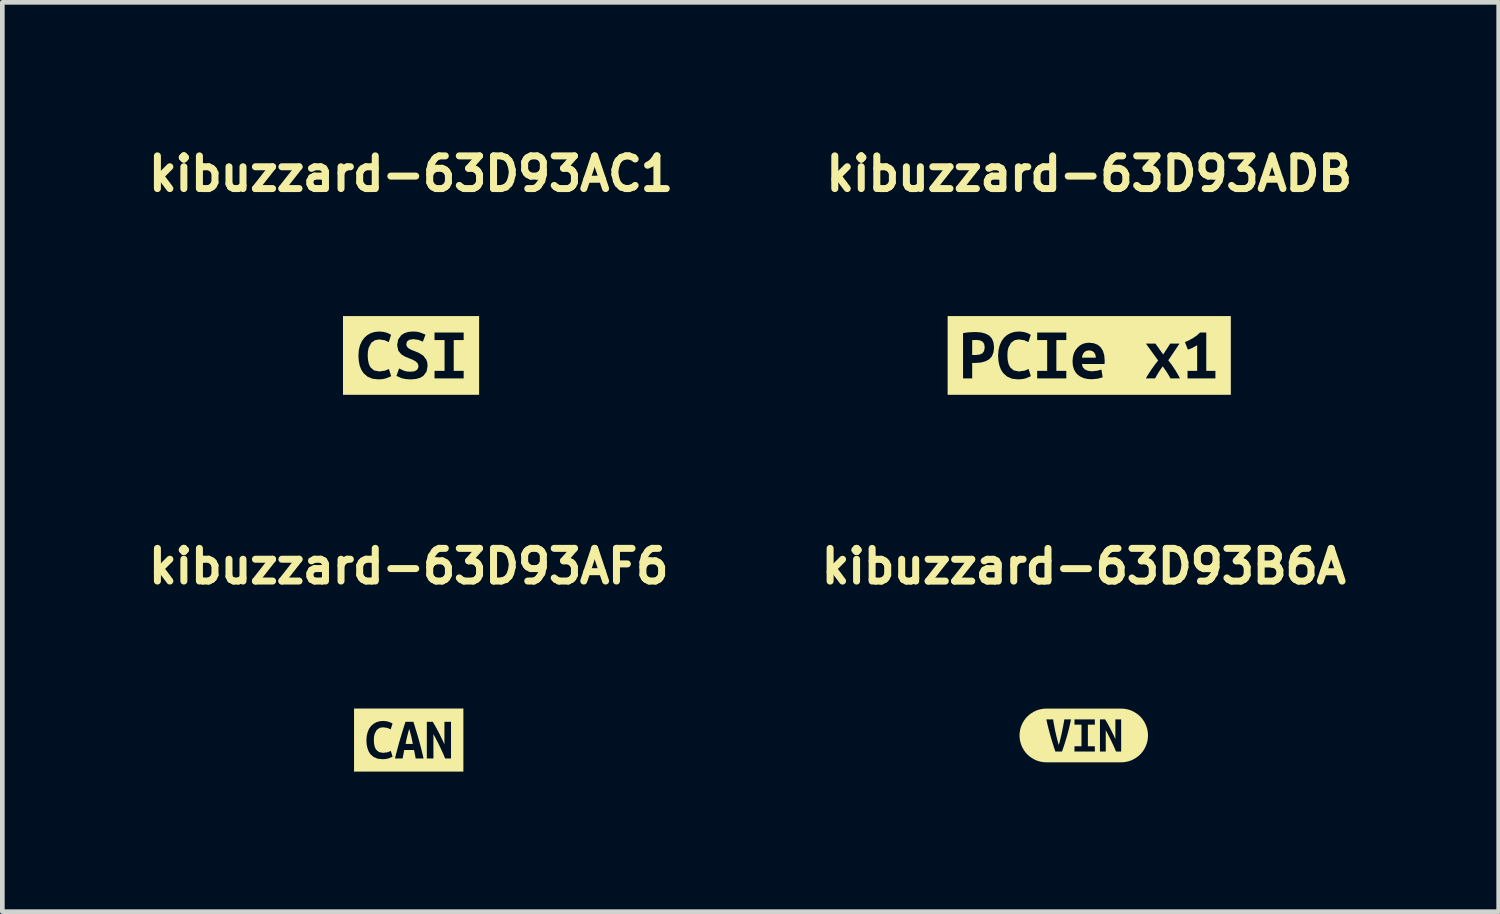
<source format=kicad_pcb>
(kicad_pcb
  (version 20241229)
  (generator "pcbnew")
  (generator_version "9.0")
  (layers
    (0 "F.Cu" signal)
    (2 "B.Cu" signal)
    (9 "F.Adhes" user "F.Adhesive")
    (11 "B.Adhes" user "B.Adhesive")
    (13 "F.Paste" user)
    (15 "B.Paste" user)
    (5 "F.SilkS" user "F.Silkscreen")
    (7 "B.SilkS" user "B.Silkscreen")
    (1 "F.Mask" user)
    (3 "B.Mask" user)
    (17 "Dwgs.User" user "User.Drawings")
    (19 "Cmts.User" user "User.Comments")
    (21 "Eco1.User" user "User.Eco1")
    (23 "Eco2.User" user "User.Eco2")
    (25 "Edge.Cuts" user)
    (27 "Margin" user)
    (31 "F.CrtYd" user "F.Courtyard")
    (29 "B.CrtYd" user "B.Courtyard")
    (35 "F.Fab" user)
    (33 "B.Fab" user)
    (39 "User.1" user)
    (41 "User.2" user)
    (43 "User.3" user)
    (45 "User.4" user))
  (footprint "kibuzzard-63D93ADB"
    (layer "F.Cu")
    (at 20.282 4.564)
    (property "Reference" "kibuzzard-63D93ADB" (at 0 -3.891 180) (layer "F.SilkS") (effects (font (size 0.7 0.7) (thickness 0.15))))
    (attr board_only exclude_from_pos_files exclude_from_bom)
    (fp_poly (pts (xy 0.142 0.048) (xy 0.134 -0.01) (xy 0.109 -0.06) (xy 0.064 -0.096) (xy -0.002 -0.11) (xy -0.068 -0.097) (xy -0.114 -0.062) (xy -0.143 -0.011) (xy -0.156 0.048) (xy 0.142 0.048)) (stroke (width 0) (type solid)) (fill yes) (layer "F.SilkS"))
    (fp_poly (pts (xy -2.411 -0.332) (xy -2.459 -0.331) (xy -2.507 -0.327) (xy -2.507 -0.01) (xy -2.428 -0.01) (xy -2.346 -0.019) (xy -2.287 -0.047) (xy -2.251 -0.097) (xy -2.239 -0.175) (xy -2.251 -0.248) (xy -2.286 -0.296) (xy -2.341 -0.323) (xy -2.411 -0.332)) (stroke (width 0) (type solid)) (fill yes) (layer "F.SilkS"))
    (fp_poly (pts (xy -2.703 -0.843) (xy -3.033 -0.843) (xy -3.033 0.843) (xy -2.703 0.843) (xy -2.507 0.843) (xy -2.507 0.492) (xy -2.703 0.492) (xy -2.703 -0.478) (xy -2.638 -0.489) (xy -2.566 -0.496) (xy -2.495 -0.5) (xy -2.433 -0.502) (xy -2.317 -0.493) (xy -2.22 -0.467) (xy -2.142 -0.425) (xy -2.085 -0.362) (xy -2.051 -0.279) (xy -2.039 -0.173) (xy -2.051 -0.066) (xy -2.085 0.019) (xy -2.143 0.082) (xy -2.222 0.125) (xy -2.32 0.152) (xy -2.438 0.16) (xy -2.507 0.16) (xy -2.507 0.492) (xy -2.507 0.843) (xy -1.525 0.843) (xy -1.525 0.513) (xy -1.652 0.498) (xy -1.758 0.453) (xy -1.842 0.379) (xy -1.89 0.306) (xy -1.924 0.218) (xy -1.945 0.116) (xy -1.952 0) (xy -1.943 -0.115) (xy -1.918 -0.217) (xy -1.879 -0.305) (xy -1.826 -0.379) (xy -1.761 -0.437) (xy -1.684 -0.479) (xy -1.599 -0.504) (xy -1.506 -0.513) (xy -1.411 -0.504) (xy -1.337 -0.484) (xy -1.284 -0.46) (xy -1.252 -0.441) (xy -1.303 -0.286) (xy -1.391 -0.326) (xy -1.509 -0.343) (xy -1.599 -0.326) (xy -1.676 -0.271) (xy -1.732 -0.167) (xy -1.748 -0.094) (xy -1.753 -0.005) (xy -1.747 0.099) (xy -1.728 0.185) (xy -1.695 0.253) (xy -1.619 0.32) (xy -1.506 0.343) (xy -1.38 0.325) (xy -1.299 0.291) (xy -1.25 0.445) (xy -1.362 0.491) (xy -1.438 0.507) (xy -1.525 0.513) (xy -1.525 0.843) (xy -1.115 0.843) (xy -1.115 0.492) (xy -1.115 0.33) (xy -0.901 0.33) (xy -0.901 -0.329) (xy -1.115 -0.329) (xy -1.115 -0.491) (xy -0.491 -0.491) (xy -0.491 -0.329) (xy -0.704 -0.329) (xy -0.704 0.33) (xy -0.491 0.33) (xy -0.491 0.492) (xy -1.115 0.492) (xy -1.115 0.843) (xy 0.052 0.843) (xy 0.052 0.51) (xy -0.039 0.503) (xy -0.119 0.485) (xy -0.189 0.454) (xy -0.248 0.412) (xy -0.295 0.358) (xy -0.329 0.292) (xy -0.351 0.215) (xy -0.358 0.125) (xy -0.35 0.033) (xy -0.328 -0.048) (xy -0.293 -0.116) (xy -0.248 -0.172) (xy -0.196 -0.216) (xy -0.136 -0.248) (xy -0.071 -0.267) (xy -0.006 -0.273) (xy 0.096 -0.262) (xy 0.179 -0.23) (xy 0.245 -0.175) (xy 0.293 -0.1) (xy 0.321 -0.005) (xy 0.331 0.11) (xy 0.33 0.149) (xy 0.328 0.183) (xy -0.156 0.183) (xy -0.141 0.248) (xy -0.096 0.298) (xy -0.027 0.329) (xy 0.06 0.34) (xy 0.171 0.327) (xy 0.261 0.302) (xy 0.288 0.468) (xy 0.18 0.498) (xy 0.052 0.51) (xy 0.052 0.843) (xy 1.944 0.843) (xy 1.944 0.492) (xy 1.741 0.492) (xy 1.698 0.416) (xy 1.655 0.348) (xy 1.613 0.287) (xy 1.574 0.233) (xy 1.529 0.296) (xy 1.488 0.357) (xy 1.45 0.421) (xy 1.41 0.492) (xy 1.212 0.492) (xy 1.267 0.399) (xy 1.332 0.301) (xy 1.403 0.202) (xy 1.476 0.108) (xy 1.214 -0.254) (xy 1.418 -0.254) (xy 1.584 -0.021) (xy 1.736 -0.254) (xy 1.934 -0.254) (xy 1.693 0.105) (xy 1.768 0.202) (xy 1.838 0.306) (xy 1.898 0.406) (xy 1.944 0.492) (xy 1.944 0.843) (xy 2.703 0.843) (xy 2.703 0.492) (xy 2.106 0.492) (xy 2.106 0.33) (xy 2.312 0.33) (xy 2.312 -0.219) (xy 2.211 -0.163) (xy 2.114 -0.124) (xy 2.05 -0.286) (xy 2.133 -0.322) (xy 2.222 -0.371) (xy 2.306 -0.429) (xy 2.374 -0.491) (xy 2.507 -0.491) (xy 2.507 0.33) (xy 2.703 0.33) (xy 2.703 0.492) (xy 2.703 0.843) (xy 3.033 0.843) (xy 3.033 -0.843) (xy 2.703 -0.843) (xy -2.703 -0.843)) (stroke (width 0) (type solid)) (fill yes) (layer "F.SilkS")))
  (footprint "kibuzzard-63D93B6A"
    (layer "F.Cu")
    (at 20.165 12.704)
    (property "Reference" "kibuzzard-63D93B6A" (at 0 -3.623 180) (layer "F.SilkS") (effects (font (size 0.7 0.7) (thickness 0.15))))
    (attr board_only exclude_from_pos_files exclude_from_bom)
    (fp_poly (pts (xy -0.801 -0.575) (xy -0.801 -0.575) (xy -0.857 -0.573) (xy -0.913 -0.564) (xy -0.968 -0.551) (xy -1.021 -0.532) (xy -1.072 -0.507) (xy -1.12 -0.478) (xy -1.166 -0.445) (xy -1.208 -0.407) (xy -1.246 -0.365) (xy -1.279 -0.32) (xy -1.308 -0.271) (xy -1.332 -0.22) (xy -1.351 -0.167) (xy -1.365 -0.112) (xy -1.373 -0.056) (xy -1.376 0) (xy -1.373 0.056) (xy -1.365 0.112) (xy -1.351 0.167) (xy -1.332 0.22) (xy -1.308 0.271) (xy -1.279 0.32) (xy -1.246 0.365) (xy -1.208 0.407) (xy -1.166 0.445) (xy -1.12 0.478) (xy -1.072 0.507) (xy -1.021 0.532) (xy -0.968 0.551) (xy -0.913 0.564) (xy -0.857 0.573) (xy -0.801 0.575) (xy -0.801 0.575) (xy -0.608 0.575) (xy -0.608 0.344) (xy -0.636 0.262) (xy -0.665 0.171) (xy -0.685 0.106) (xy -0.704 0.042) (xy -0.722 -0.022) (xy -0.739 -0.085) (xy -0.755 -0.146) (xy -0.77 -0.204) (xy -0.788 -0.282) (xy -0.801 -0.344) (xy -0.656 -0.344) (xy -0.648 -0.286) (xy -0.636 -0.22) (xy -0.622 -0.148) (xy -0.607 -0.074) (xy -0.59 0) (xy -0.572 0.073) (xy -0.554 0.142) (xy -0.536 0.204) (xy -0.518 0.143) (xy -0.501 0.074) (xy -0.483 0.001) (xy -0.467 -0.073) (xy -0.452 -0.147) (xy -0.438 -0.219) (xy -0.426 -0.286) (xy -0.416 -0.344) (xy -0.273 -0.344) (xy -0.288 -0.273) (xy -0.306 -0.195) (xy -0.326 -0.111) (xy -0.35 -0.022) (xy -0.367 0.039) (xy -0.386 0.1) (xy -0.405 0.162) (xy -0.425 0.224) (xy -0.446 0.285) (xy -0.467 0.344) (xy -0.608 0.344) (xy -0.608 0.575) (xy -0.199 0.575) (xy -0.199 0.344) (xy -0.199 0.231) (xy -0.049 0.231) (xy -0.049 -0.231) (xy -0.199 -0.231) (xy -0.199 -0.344) (xy 0.237 -0.344) (xy 0.237 -0.231) (xy 0.088 -0.231) (xy 0.088 0.231) (xy 0.237 0.231) (xy 0.237 0.344) (xy -0.199 0.344) (xy -0.199 0.575) (xy 0.691 0.575) (xy 0.691 0.344) (xy 0.659 0.268) (xy 0.625 0.192) (xy 0.589 0.116) (xy 0.551 0.04) (xy 0.512 -0.037) (xy 0.471 -0.113) (xy 0.471 0.344) (xy 0.347 0.344) (xy 0.347 -0.344) (xy 0.457 -0.344) (xy 0.488 -0.293) (xy 0.52 -0.238) (xy 0.55 -0.181) (xy 0.58 -0.124) (xy 0.608 -0.068) (xy 0.635 -0.014) (xy 0.658 0.036) (xy 0.677 0.079) (xy 0.677 -0.344) (xy 0.801 -0.344) (xy 0.801 0.344) (xy 0.691 0.344) (xy 0.691 0.575) (xy 0.801 0.575) (xy 0.801 0.575) (xy 0.857 0.573) (xy 0.913 0.564) (xy 0.968 0.551) (xy 1.021 0.532) (xy 1.072 0.507) (xy 1.12 0.478) (xy 1.166 0.445) (xy 1.208 0.407) (xy 1.246 0.365) (xy 1.279 0.32) (xy 1.308 0.271) (xy 1.332 0.22) (xy 1.351 0.167) (xy 1.365 0.112) (xy 1.373 0.056) (xy 1.376 0) (xy 1.373 -0.056) (xy 1.365 -0.112) (xy 1.351 -0.167) (xy 1.332 -0.22) (xy 1.308 -0.271) (xy 1.279 -0.32) (xy 1.246 -0.365) (xy 1.208 -0.407) (xy 1.166 -0.445) (xy 1.12 -0.478) (xy 1.072 -0.507) (xy 1.021 -0.532) (xy 0.968 -0.551) (xy 0.913 -0.564) (xy 0.857 -0.573) (xy 0.801 -0.575) (xy 0.801 -0.575) (xy -0.801 -0.575)) (stroke (width 0) (type solid)) (fill yes) (layer "F.SilkS")))
  (footprint "kibuzzard-63D93AC1"
    (layer "F.Cu")
    (at 5.755 4.564)
    (property "Reference" "kibuzzard-63D93AC1" (at 0 -3.891 180) (layer "F.SilkS") (effects (font (size 0.7 0.7) (thickness 0.15))))
    (attr board_only exclude_from_pos_files exclude_from_bom)
    (fp_poly (pts (xy -1.127 -0.843) (xy -1.458 -0.843) (xy -1.458 0.843) (xy -1.127 0.843) (xy -0.7 0.843) (xy -0.7 0.513) (xy -0.828 0.498) (xy -0.934 0.453) (xy -1.018 0.379) (xy -1.066 0.306) (xy -1.1 0.218) (xy -1.12 0.116) (xy -1.127 0) (xy -1.119 -0.115) (xy -1.094 -0.217) (xy -1.054 -0.305) (xy -1.001 -0.379) (xy -0.936 -0.437) (xy -0.86 -0.479) (xy -0.774 -0.504) (xy -0.681 -0.513) (xy -0.587 -0.504) (xy -0.513 -0.484) (xy -0.46 -0.46) (xy -0.427 -0.441) (xy -0.478 -0.286) (xy -0.566 -0.326) (xy -0.684 -0.343) (xy -0.774 -0.326) (xy -0.852 -0.271) (xy -0.907 -0.167) (xy -0.923 -0.094) (xy -0.929 -0.005) (xy -0.922 0.099) (xy -0.903 0.185) (xy -0.871 0.253) (xy -0.794 0.32) (xy -0.681 0.343) (xy -0.555 0.325) (xy -0.475 0.291) (xy -0.425 0.445) (xy -0.537 0.491) (xy -0.613 0.507) (xy -0.7 0.513) (xy -0.7 0.843) (xy -0.008 0.843) (xy -0.008 0.513) (xy -0.118 0.506) (xy -0.203 0.487) (xy -0.313 0.438) (xy -0.256 0.279) (xy -0.153 0.327) (xy -0.087 0.344) (xy -0.008 0.349) (xy 0.074 0.339) (xy 0.125 0.31) (xy 0.152 0.269) (xy 0.159 0.222) (xy 0.141 0.168) (xy 0.097 0.126) (xy 0.037 0.093) (xy -0.03 0.065) (xy -0.122 0.029) (xy -0.209 -0.024) (xy -0.273 -0.102) (xy -0.298 -0.219) (xy -0.276 -0.342) (xy -0.209 -0.435) (xy -0.141 -0.478) (xy -0.059 -0.504) (xy 0.038 -0.513) (xy 0.123 -0.508) (xy 0.196 -0.492) (xy 0.31 -0.446) (xy 0.252 -0.295) (xy 0.164 -0.333) (xy 0.052 -0.349) (xy -0.034 -0.337) (xy -0.086 -0.299) (xy -0.103 -0.237) (xy -0.087 -0.187) (xy -0.047 -0.148) (xy 0.009 -0.119) (xy 0.07 -0.095) (xy 0.166 -0.056) (xy 0.258 0.001) (xy 0.327 0.09) (xy 0.347 0.15) (xy 0.354 0.224) (xy 0.332 0.346) (xy 0.264 0.437) (xy 0.194 0.479) (xy 0.103 0.504) (xy -0.008 0.513) (xy -0.008 0.843) (xy 0.503 0.843) (xy 0.503 0.492) (xy 0.503 0.33) (xy 0.718 0.33) (xy 0.718 -0.329) (xy 0.503 -0.329) (xy 0.503 -0.491) (xy 1.127 -0.491) (xy 1.127 -0.329) (xy 0.914 -0.329) (xy 0.914 0.33) (xy 1.127 0.33) (xy 1.127 0.492) (xy 0.503 0.492) (xy 0.503 0.843) (xy 1.127 0.843) (xy 1.458 0.843) (xy 1.458 -0.843) (xy 1.127 -0.843) (xy -1.127 -0.843)) (stroke (width 0) (type solid)) (fill yes) (layer "F.SilkS")))
  (footprint "kibuzzard-63D93AF6"
    (layer "F.Cu")
    (at 5.705 12.803)
    (property "Reference" "kibuzzard-63D93AF6" (at 0 -3.723 180) (layer "F.SilkS") (effects (font (size 0.7 0.7) (thickness 0.15))))
    (attr board_only exclude_from_pos_files exclude_from_bom)
    (fp_poly (pts (xy 0.011 -0.24) (xy -0.013 -0.156) (xy -0.033 -0.077) (xy -0.051 0.001) (xy -0.067 0.083) (xy 0.087 0.083) (xy 0.072 0.001) (xy 0.055 -0.077) (xy 0.034 -0.156) (xy 0.011 -0.24)) (stroke (width 0) (type solid)) (fill yes) (layer "F.SilkS"))
    (fp_poly (pts (xy -0.906 -0.675) (xy -1.171 -0.675) (xy -1.171 0.675) (xy -0.906 0.675) (xy -0.565 0.675) (xy -0.565 0.41) (xy -0.667 0.398) (xy -0.751 0.363) (xy -0.819 0.304) (xy -0.857 0.245) (xy -0.884 0.174) (xy -0.901 0.093) (xy -0.906 0) (xy -0.899 -0.092) (xy -0.879 -0.174) (xy -0.848 -0.244) (xy -0.805 -0.303) (xy -0.753 -0.349) (xy -0.692 -0.383) (xy -0.624 -0.403) (xy -0.549 -0.41) (xy -0.474 -0.403) (xy -0.415 -0.387) (xy -0.372 -0.368) (xy -0.346 -0.353) (xy -0.387 -0.229) (xy -0.457 -0.261) (xy -0.552 -0.274) (xy -0.624 -0.261) (xy -0.686 -0.217) (xy -0.73 -0.133) (xy -0.743 -0.075) (xy -0.747 -0.004) (xy -0.742 0.079) (xy -0.727 0.148) (xy -0.701 0.203) (xy -0.64 0.256) (xy -0.549 0.274) (xy -0.448 0.26) (xy -0.384 0.232) (xy -0.345 0.356) (xy -0.434 0.393) (xy -0.495 0.406) (xy -0.565 0.41) (xy -0.565 0.675) (xy 0.15 0.675) (xy 0.15 0.394) (xy 0.114 0.212) (xy -0.096 0.212) (xy -0.131 0.394) (xy -0.294 0.394) (xy -0.272 0.302) (xy -0.249 0.214) (xy -0.226 0.13) (xy -0.204 0.048) (xy -0.181 -0.03) (xy -0.153 -0.124) (xy -0.125 -0.216) (xy -0.097 -0.305) (xy -0.07 -0.392) (xy 0.1 -0.392) (xy 0.128 -0.305) (xy 0.155 -0.214) (xy 0.183 -0.122) (xy 0.211 -0.026) (xy 0.233 0.053) (xy 0.255 0.134) (xy 0.276 0.218) (xy 0.297 0.305) (xy 0.318 0.394) (xy 0.15 0.394) (xy 0.15 0.675) (xy 0.78 0.675) (xy 0.78 0.394) (xy 0.744 0.307) (xy 0.705 0.22) (xy 0.664 0.133) (xy 0.621 0.046) (xy 0.576 -0.041) (xy 0.529 -0.128) (xy 0.529 0.394) (xy 0.388 0.394) (xy 0.388 -0.392) (xy 0.514 -0.392) (xy 0.549 -0.334) (xy 0.585 -0.271) (xy 0.62 -0.206) (xy 0.654 -0.141) (xy 0.686 -0.077) (xy 0.716 -0.015) (xy 0.743 0.042) (xy 0.765 0.091) (xy 0.765 -0.392) (xy 0.906 -0.392) (xy 0.906 0.394) (xy 0.78 0.394) (xy 0.78 0.675) (xy 0.906 0.675) (xy 1.171 0.675) (xy 1.171 -0.675) (xy 0.906 -0.675) (xy -0.906 -0.675)) (stroke (width 0) (type solid)) (fill yes) (layer "F.SilkS")))
  (gr_rect
    (start -3 -3)
    (end 29.053 16.478)
    (stroke (width 0.1) (type default))
    (fill no)
    (layer "Edge.Cuts")))
</source>
